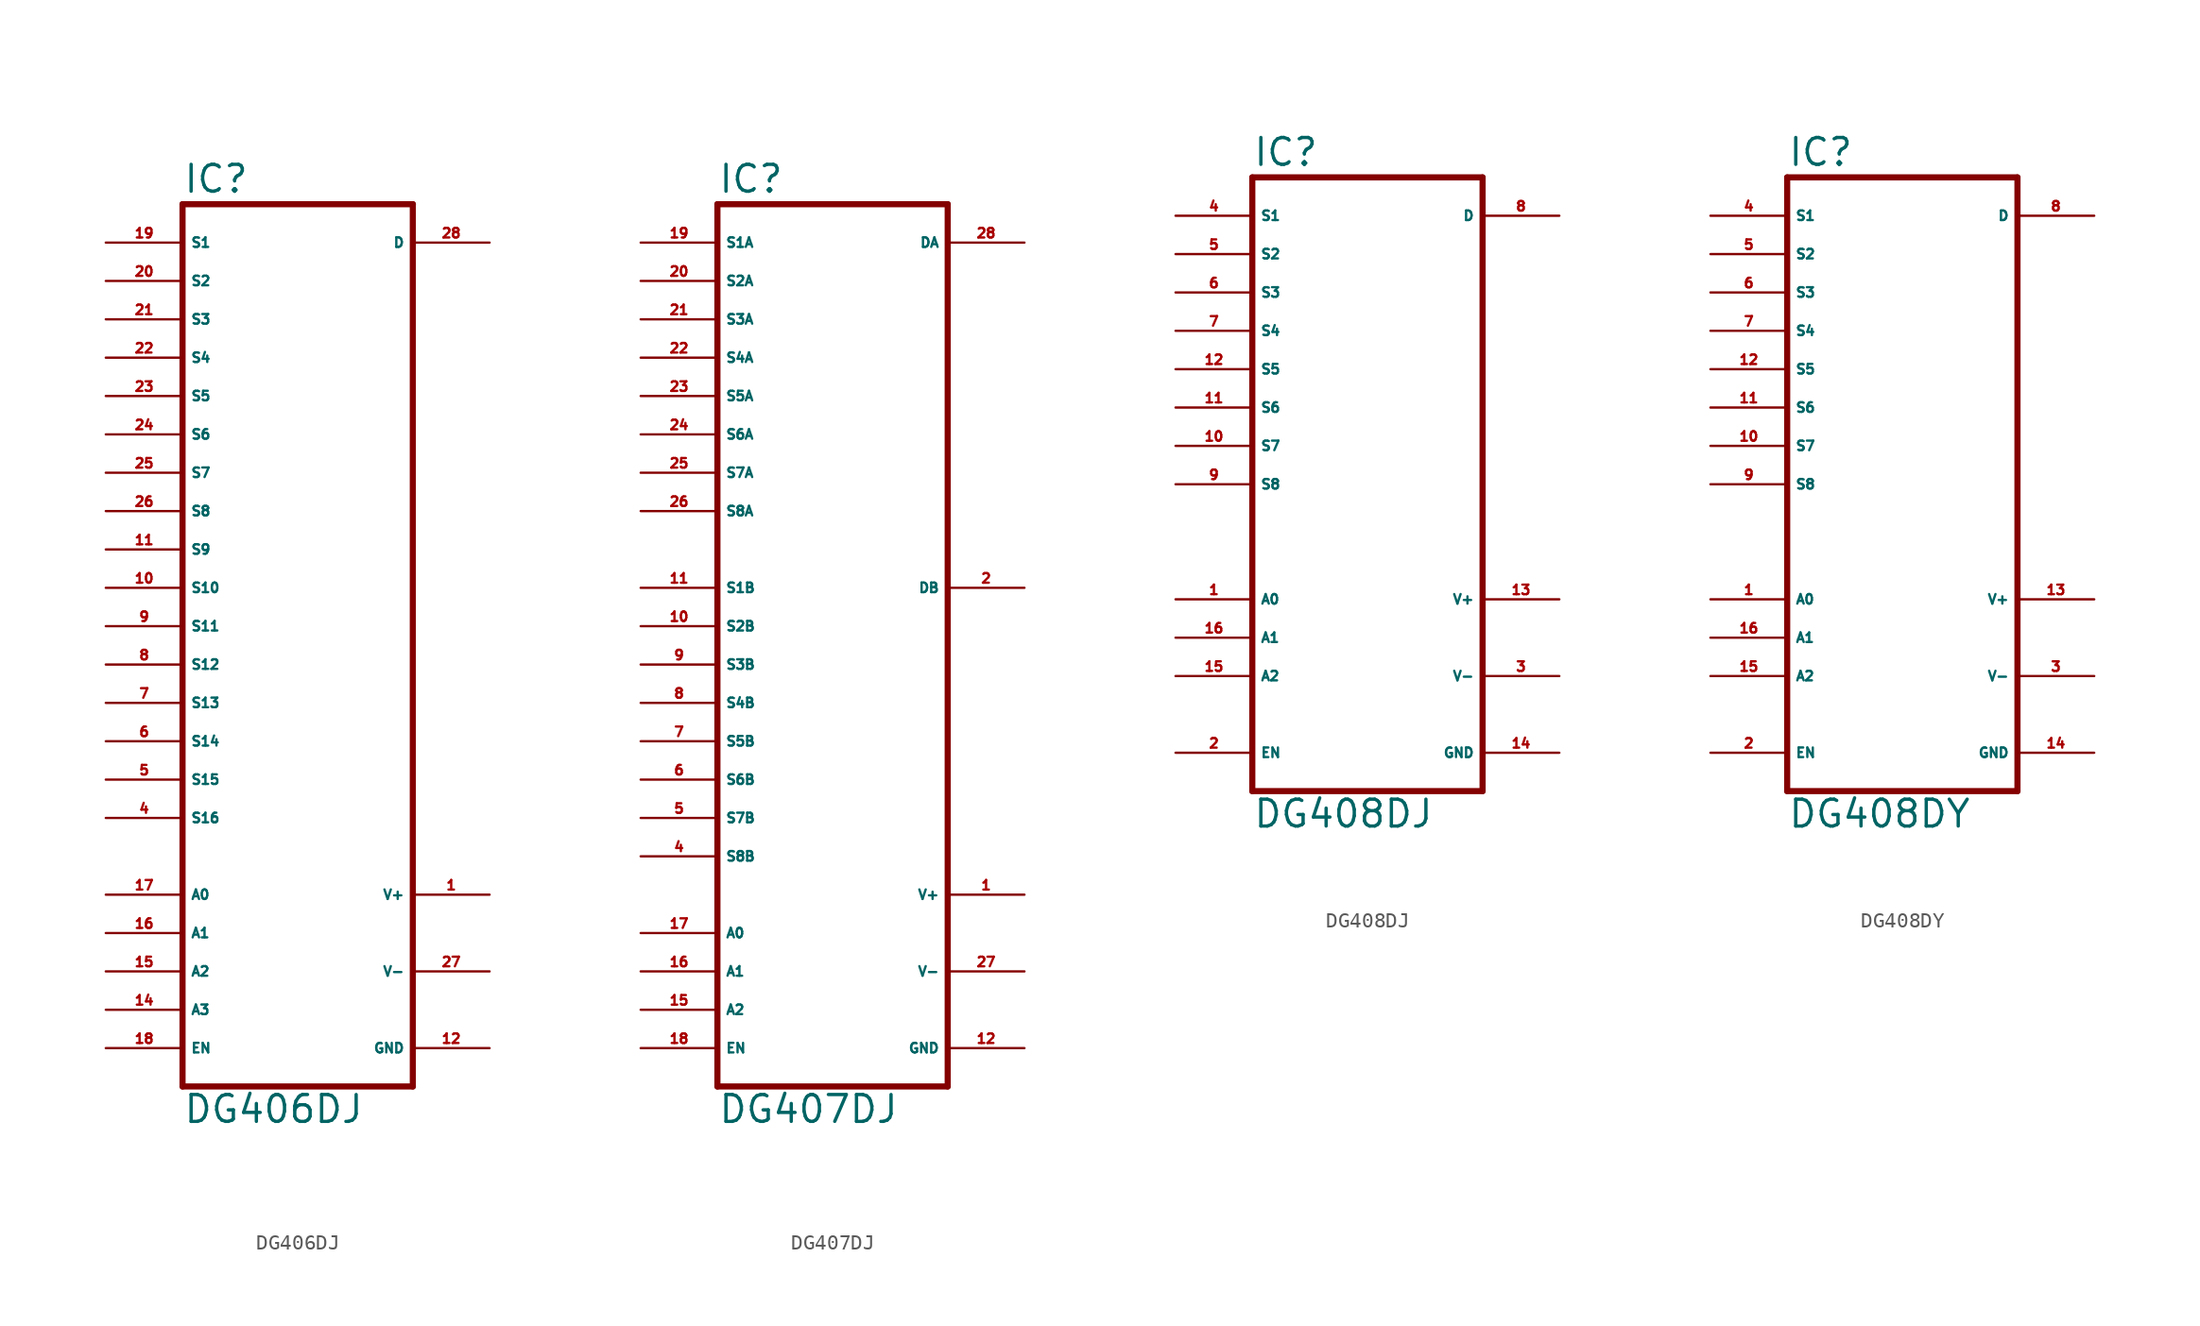
<source format=kicad_sym>
(kicad_symbol_lib
  (version 20220914)
  (generator Eagle2Kicad)
  (symbol "DG406DJ"
    (property "Reference" "IC"
      (at -7.62 31.115 0)
      (effects (font (size 1.778 1.778) (thickness 0.22)) (justify left bottom)))
    (property "Value" "DG406DJ"
      (at -7.62 -30.48 0)
      (effects (font (size 1.778 1.778) (thickness 0.22)) (justify left bottom)))
    (polyline
      (pts (xy 7.62 -27.94) (xy -7.62 -27.94))
      (stroke (width 0.406) (type default))
      (fill (type none)))
    (polyline
      (pts (xy -7.62 30.48) (xy -7.62 -27.94))
      (stroke (width 0.406) (type default))
      (fill (type none)))
    (polyline
      (pts (xy -7.62 30.48) (xy 7.62 30.48))
      (stroke (width 0.406) (type default))
      (fill (type none)))
    (polyline
      (pts (xy 7.62 -27.94) (xy 7.62 30.48))
      (stroke (width 0.406) (type default))
      (fill (type none)))
    (pin passive line
      (at -12.7 17.78 0)
      (length 5.08)
      (name "S5" (effects (font (size 0.635 0.635) (thickness 0.08)) (justify left bottom)))
      (number "23" (effects (font (size 0.635 0.635) (thickness 0.08)) (justify left bottom))))
    (pin passive line
      (at -12.7 15.24 0)
      (length 5.08)
      (name "S6" (effects (font (size 0.635 0.635) (thickness 0.08)) (justify left bottom)))
      (number "24" (effects (font (size 0.635 0.635) (thickness 0.08)) (justify left bottom))))
    (pin passive line
      (at -12.7 12.7 0)
      (length 5.08)
      (name "S7" (effects (font (size 0.635 0.635) (thickness 0.08)) (justify left bottom)))
      (number "25" (effects (font (size 0.635 0.635) (thickness 0.08)) (justify left bottom))))
    (pin passive line
      (at -12.7 10.16 0)
      (length 5.08)
      (name "S8" (effects (font (size 0.635 0.635) (thickness 0.08)) (justify left bottom)))
      (number "26" (effects (font (size 0.635 0.635) (thickness 0.08)) (justify left bottom))))
    (pin passive line
      (at -12.7 27.94 0)
      (length 5.08)
      (name "S1" (effects (font (size 0.635 0.635) (thickness 0.08)) (justify left bottom)))
      (number "19" (effects (font (size 0.635 0.635) (thickness 0.08)) (justify left bottom))))
    (pin passive line
      (at -12.7 25.4 0)
      (length 5.08)
      (name "S2" (effects (font (size 0.635 0.635) (thickness 0.08)) (justify left bottom)))
      (number "20" (effects (font (size 0.635 0.635) (thickness 0.08)) (justify left bottom))))
    (pin passive line
      (at -12.7 22.86 0)
      (length 5.08)
      (name "S3" (effects (font (size 0.635 0.635) (thickness 0.08)) (justify left bottom)))
      (number "21" (effects (font (size 0.635 0.635) (thickness 0.08)) (justify left bottom))))
    (pin passive line
      (at -12.7 20.32 0)
      (length 5.08)
      (name "S4" (effects (font (size 0.635 0.635) (thickness 0.08)) (justify left bottom)))
      (number "22" (effects (font (size 0.635 0.635) (thickness 0.08)) (justify left bottom))))
    (pin passive line
      (at 12.7 27.94 180)
      (length 5.08)
      (name "D" (effects (font (size 0.635 0.635) (thickness 0.08)) (justify left bottom)))
      (number "28" (effects (font (size 0.635 0.635) (thickness 0.08)) (justify left bottom))))
    (pin unspecified line
      (at 12.7 -25.4 180)
      (length 5.08)
      (name "GND" (effects (font (size 0.635 0.635) (thickness 0.08)) (justify left bottom)))
      (number "12" (effects (font (size 0.635 0.635) (thickness 0.08)) (justify left bottom))))
    (pin unspecified line
      (at 12.7 -20.32 180)
      (length 5.08)
      (name "V-" (effects (font (size 0.635 0.635) (thickness 0.08)) (justify left bottom)))
      (number "27" (effects (font (size 0.635 0.635) (thickness 0.08)) (justify left bottom))))
    (pin unspecified line
      (at 12.7 -15.24 180)
      (length 5.08)
      (name "V+" (effects (font (size 0.635 0.635) (thickness 0.08)) (justify left bottom)))
      (number "1" (effects (font (size 0.635 0.635) (thickness 0.08)) (justify left bottom))))
    (pin passive line
      (at -12.7 7.62 0)
      (length 5.08)
      (name "S9" (effects (font (size 0.635 0.635) (thickness 0.08)) (justify left bottom)))
      (number "11" (effects (font (size 0.635 0.635) (thickness 0.08)) (justify left bottom))))
    (pin passive line
      (at -12.7 5.08 0)
      (length 5.08)
      (name "S10" (effects (font (size 0.635 0.635) (thickness 0.08)) (justify left bottom)))
      (number "10" (effects (font (size 0.635 0.635) (thickness 0.08)) (justify left bottom))))
    (pin passive line
      (at -12.7 2.54 0)
      (length 5.08)
      (name "S11" (effects (font (size 0.635 0.635) (thickness 0.08)) (justify left bottom)))
      (number "9" (effects (font (size 0.635 0.635) (thickness 0.08)) (justify left bottom))))
    (pin passive line
      (at -12.7 0 0)
      (length 5.08)
      (name "S12" (effects (font (size 0.635 0.635) (thickness 0.08)) (justify left bottom)))
      (number "8" (effects (font (size 0.635 0.635) (thickness 0.08)) (justify left bottom))))
    (pin passive line
      (at -12.7 -2.54 0)
      (length 5.08)
      (name "S13" (effects (font (size 0.635 0.635) (thickness 0.08)) (justify left bottom)))
      (number "7" (effects (font (size 0.635 0.635) (thickness 0.08)) (justify left bottom))))
    (pin passive line
      (at -12.7 -5.08 0)
      (length 5.08)
      (name "S14" (effects (font (size 0.635 0.635) (thickness 0.08)) (justify left bottom)))
      (number "6" (effects (font (size 0.635 0.635) (thickness 0.08)) (justify left bottom))))
    (pin passive line
      (at -12.7 -7.62 0)
      (length 5.08)
      (name "S15" (effects (font (size 0.635 0.635) (thickness 0.08)) (justify left bottom)))
      (number "5" (effects (font (size 0.635 0.635) (thickness 0.08)) (justify left bottom))))
    (pin passive line
      (at -12.7 -10.16 0)
      (length 5.08)
      (name "S16" (effects (font (size 0.635 0.635) (thickness 0.08)) (justify left bottom)))
      (number "4" (effects (font (size 0.635 0.635) (thickness 0.08)) (justify left bottom))))
    (pin input line
      (at -12.7 -15.24 0)
      (length 5.08)
      (name "A0" (effects (font (size 0.635 0.635) (thickness 0.08)) (justify left bottom)))
      (number "17" (effects (font (size 0.635 0.635) (thickness 0.08)) (justify left bottom))))
    (pin input line
      (at -12.7 -17.78 0)
      (length 5.08)
      (name "A1" (effects (font (size 0.635 0.635) (thickness 0.08)) (justify left bottom)))
      (number "16" (effects (font (size 0.635 0.635) (thickness 0.08)) (justify left bottom))))
    (pin input line
      (at -12.7 -20.32 0)
      (length 5.08)
      (name "A2" (effects (font (size 0.635 0.635) (thickness 0.08)) (justify left bottom)))
      (number "15" (effects (font (size 0.635 0.635) (thickness 0.08)) (justify left bottom))))
    (pin input line
      (at -12.7 -22.86 0)
      (length 5.08)
      (name "A3" (effects (font (size 0.635 0.635) (thickness 0.08)) (justify left bottom)))
      (number "14" (effects (font (size 0.635 0.635) (thickness 0.08)) (justify left bottom))))
    (pin input line
      (at -12.7 -25.4 0)
      (length 5.08)
      (name "EN" (effects (font (size 0.635 0.635) (thickness 0.08)) (justify left bottom)))
      (number "18" (effects (font (size 0.635 0.635) (thickness 0.08)) (justify left bottom)))))
  (symbol "DG407DJ"
    (property "Reference" "IC"
      (at -7.62 31.115 0)
      (effects (font (size 1.778 1.778) (thickness 0.22)) (justify left bottom)))
    (property "Value" "DG407DJ"
      (at -7.62 -30.48 0)
      (effects (font (size 1.778 1.778) (thickness 0.22)) (justify left bottom)))
    (polyline
      (pts (xy 7.62 -27.94) (xy -7.62 -27.94))
      (stroke (width 0.406) (type default))
      (fill (type none)))
    (polyline
      (pts (xy -7.62 30.48) (xy -7.62 -27.94))
      (stroke (width 0.406) (type default))
      (fill (type none)))
    (polyline
      (pts (xy -7.62 30.48) (xy 7.62 30.48))
      (stroke (width 0.406) (type default))
      (fill (type none)))
    (polyline
      (pts (xy 7.62 -27.94) (xy 7.62 30.48))
      (stroke (width 0.406) (type default))
      (fill (type none)))
    (pin passive line
      (at -12.7 17.78 0)
      (length 5.08)
      (name "S5A" (effects (font (size 0.635 0.635) (thickness 0.08)) (justify left bottom)))
      (number "23" (effects (font (size 0.635 0.635) (thickness 0.08)) (justify left bottom))))
    (pin passive line
      (at -12.7 15.24 0)
      (length 5.08)
      (name "S6A" (effects (font (size 0.635 0.635) (thickness 0.08)) (justify left bottom)))
      (number "24" (effects (font (size 0.635 0.635) (thickness 0.08)) (justify left bottom))))
    (pin passive line
      (at -12.7 12.7 0)
      (length 5.08)
      (name "S7A" (effects (font (size 0.635 0.635) (thickness 0.08)) (justify left bottom)))
      (number "25" (effects (font (size 0.635 0.635) (thickness 0.08)) (justify left bottom))))
    (pin passive line
      (at -12.7 10.16 0)
      (length 5.08)
      (name "S8A" (effects (font (size 0.635 0.635) (thickness 0.08)) (justify left bottom)))
      (number "26" (effects (font (size 0.635 0.635) (thickness 0.08)) (justify left bottom))))
    (pin passive line
      (at -12.7 27.94 0)
      (length 5.08)
      (name "S1A" (effects (font (size 0.635 0.635) (thickness 0.08)) (justify left bottom)))
      (number "19" (effects (font (size 0.635 0.635) (thickness 0.08)) (justify left bottom))))
    (pin passive line
      (at -12.7 25.4 0)
      (length 5.08)
      (name "S2A" (effects (font (size 0.635 0.635) (thickness 0.08)) (justify left bottom)))
      (number "20" (effects (font (size 0.635 0.635) (thickness 0.08)) (justify left bottom))))
    (pin passive line
      (at -12.7 22.86 0)
      (length 5.08)
      (name "S3A" (effects (font (size 0.635 0.635) (thickness 0.08)) (justify left bottom)))
      (number "21" (effects (font (size 0.635 0.635) (thickness 0.08)) (justify left bottom))))
    (pin passive line
      (at -12.7 20.32 0)
      (length 5.08)
      (name "S4A" (effects (font (size 0.635 0.635) (thickness 0.08)) (justify left bottom)))
      (number "22" (effects (font (size 0.635 0.635) (thickness 0.08)) (justify left bottom))))
    (pin passive line
      (at 12.7 27.94 180)
      (length 5.08)
      (name "DA" (effects (font (size 0.635 0.635) (thickness 0.08)) (justify left bottom)))
      (number "28" (effects (font (size 0.635 0.635) (thickness 0.08)) (justify left bottom))))
    (pin unspecified line
      (at 12.7 -25.4 180)
      (length 5.08)
      (name "GND" (effects (font (size 0.635 0.635) (thickness 0.08)) (justify left bottom)))
      (number "12" (effects (font (size 0.635 0.635) (thickness 0.08)) (justify left bottom))))
    (pin unspecified line
      (at 12.7 -20.32 180)
      (length 5.08)
      (name "V-" (effects (font (size 0.635 0.635) (thickness 0.08)) (justify left bottom)))
      (number "27" (effects (font (size 0.635 0.635) (thickness 0.08)) (justify left bottom))))
    (pin unspecified line
      (at 12.7 -15.24 180)
      (length 5.08)
      (name "V+" (effects (font (size 0.635 0.635) (thickness 0.08)) (justify left bottom)))
      (number "1" (effects (font (size 0.635 0.635) (thickness 0.08)) (justify left bottom))))
    (pin passive line
      (at -12.7 5.08 0)
      (length 5.08)
      (name "S1B" (effects (font (size 0.635 0.635) (thickness 0.08)) (justify left bottom)))
      (number "11" (effects (font (size 0.635 0.635) (thickness 0.08)) (justify left bottom))))
    (pin passive line
      (at -12.7 2.54 0)
      (length 5.08)
      (name "S2B" (effects (font (size 0.635 0.635) (thickness 0.08)) (justify left bottom)))
      (number "10" (effects (font (size 0.635 0.635) (thickness 0.08)) (justify left bottom))))
    (pin passive line
      (at -12.7 0 0)
      (length 5.08)
      (name "S3B" (effects (font (size 0.635 0.635) (thickness 0.08)) (justify left bottom)))
      (number "9" (effects (font (size 0.635 0.635) (thickness 0.08)) (justify left bottom))))
    (pin passive line
      (at -12.7 -2.54 0)
      (length 5.08)
      (name "S4B" (effects (font (size 0.635 0.635) (thickness 0.08)) (justify left bottom)))
      (number "8" (effects (font (size 0.635 0.635) (thickness 0.08)) (justify left bottom))))
    (pin passive line
      (at -12.7 -5.08 0)
      (length 5.08)
      (name "S5B" (effects (font (size 0.635 0.635) (thickness 0.08)) (justify left bottom)))
      (number "7" (effects (font (size 0.635 0.635) (thickness 0.08)) (justify left bottom))))
    (pin passive line
      (at -12.7 -7.62 0)
      (length 5.08)
      (name "S6B" (effects (font (size 0.635 0.635) (thickness 0.08)) (justify left bottom)))
      (number "6" (effects (font (size 0.635 0.635) (thickness 0.08)) (justify left bottom))))
    (pin passive line
      (at -12.7 -10.16 0)
      (length 5.08)
      (name "S7B" (effects (font (size 0.635 0.635) (thickness 0.08)) (justify left bottom)))
      (number "5" (effects (font (size 0.635 0.635) (thickness 0.08)) (justify left bottom))))
    (pin passive line
      (at -12.7 -12.7 0)
      (length 5.08)
      (name "S8B" (effects (font (size 0.635 0.635) (thickness 0.08)) (justify left bottom)))
      (number "4" (effects (font (size 0.635 0.635) (thickness 0.08)) (justify left bottom))))
    (pin input line
      (at -12.7 -17.78 0)
      (length 5.08)
      (name "A0" (effects (font (size 0.635 0.635) (thickness 0.08)) (justify left bottom)))
      (number "17" (effects (font (size 0.635 0.635) (thickness 0.08)) (justify left bottom))))
    (pin input line
      (at -12.7 -20.32 0)
      (length 5.08)
      (name "A1" (effects (font (size 0.635 0.635) (thickness 0.08)) (justify left bottom)))
      (number "16" (effects (font (size 0.635 0.635) (thickness 0.08)) (justify left bottom))))
    (pin input line
      (at -12.7 -22.86 0)
      (length 5.08)
      (name "A2" (effects (font (size 0.635 0.635) (thickness 0.08)) (justify left bottom)))
      (number "15" (effects (font (size 0.635 0.635) (thickness 0.08)) (justify left bottom))))
    (pin input line
      (at -12.7 -25.4 0)
      (length 5.08)
      (name "EN" (effects (font (size 0.635 0.635) (thickness 0.08)) (justify left bottom)))
      (number "18" (effects (font (size 0.635 0.635) (thickness 0.08)) (justify left bottom))))
    (pin passive line
      (at 12.7 5.08 180)
      (length 5.08)
      (name "DB" (effects (font (size 0.635 0.635) (thickness 0.08)) (justify left bottom)))
      (number "2" (effects (font (size 0.635 0.635) (thickness 0.08)) (justify left bottom)))))
  (symbol "DG408DJ"
    (property "Reference" "IC"
      (at -7.62 20.955 0)
      (effects (font (size 1.778 1.778) (thickness 0.22)) (justify left bottom)))
    (property "Value" "DG408DJ"
      (at -7.62 -22.86 0)
      (effects (font (size 1.778 1.778) (thickness 0.22)) (justify left bottom)))
    (polyline
      (pts (xy 7.62 -20.32) (xy -7.62 -20.32))
      (stroke (width 0.406) (type default))
      (fill (type none)))
    (polyline
      (pts (xy -7.62 20.32) (xy -7.62 -20.32))
      (stroke (width 0.406) (type default))
      (fill (type none)))
    (polyline
      (pts (xy -7.62 20.32) (xy 7.62 20.32))
      (stroke (width 0.406) (type default))
      (fill (type none)))
    (polyline
      (pts (xy 7.62 -20.32) (xy 7.62 20.32))
      (stroke (width 0.406) (type default))
      (fill (type none)))
    (pin passive line
      (at -12.7 7.62 0)
      (length 5.08)
      (name "S5" (effects (font (size 0.635 0.635) (thickness 0.08)) (justify left bottom)))
      (number "12" (effects (font (size 0.635 0.635) (thickness 0.08)) (justify left bottom))))
    (pin passive line
      (at -12.7 5.08 0)
      (length 5.08)
      (name "S6" (effects (font (size 0.635 0.635) (thickness 0.08)) (justify left bottom)))
      (number "11" (effects (font (size 0.635 0.635) (thickness 0.08)) (justify left bottom))))
    (pin passive line
      (at -12.7 2.54 0)
      (length 5.08)
      (name "S7" (effects (font (size 0.635 0.635) (thickness 0.08)) (justify left bottom)))
      (number "10" (effects (font (size 0.635 0.635) (thickness 0.08)) (justify left bottom))))
    (pin passive line
      (at -12.7 0 0)
      (length 5.08)
      (name "S8" (effects (font (size 0.635 0.635) (thickness 0.08)) (justify left bottom)))
      (number "9" (effects (font (size 0.635 0.635) (thickness 0.08)) (justify left bottom))))
    (pin passive line
      (at -12.7 17.78 0)
      (length 5.08)
      (name "S1" (effects (font (size 0.635 0.635) (thickness 0.08)) (justify left bottom)))
      (number "4" (effects (font (size 0.635 0.635) (thickness 0.08)) (justify left bottom))))
    (pin passive line
      (at -12.7 15.24 0)
      (length 5.08)
      (name "S2" (effects (font (size 0.635 0.635) (thickness 0.08)) (justify left bottom)))
      (number "5" (effects (font (size 0.635 0.635) (thickness 0.08)) (justify left bottom))))
    (pin passive line
      (at -12.7 12.7 0)
      (length 5.08)
      (name "S3" (effects (font (size 0.635 0.635) (thickness 0.08)) (justify left bottom)))
      (number "6" (effects (font (size 0.635 0.635) (thickness 0.08)) (justify left bottom))))
    (pin passive line
      (at -12.7 10.16 0)
      (length 5.08)
      (name "S4" (effects (font (size 0.635 0.635) (thickness 0.08)) (justify left bottom)))
      (number "7" (effects (font (size 0.635 0.635) (thickness 0.08)) (justify left bottom))))
    (pin passive line
      (at 12.7 17.78 180)
      (length 5.08)
      (name "D" (effects (font (size 0.635 0.635) (thickness 0.08)) (justify left bottom)))
      (number "8" (effects (font (size 0.635 0.635) (thickness 0.08)) (justify left bottom))))
    (pin unspecified line
      (at 12.7 -17.78 180)
      (length 5.08)
      (name "GND" (effects (font (size 0.635 0.635) (thickness 0.08)) (justify left bottom)))
      (number "14" (effects (font (size 0.635 0.635) (thickness 0.08)) (justify left bottom))))
    (pin unspecified line
      (at 12.7 -12.7 180)
      (length 5.08)
      (name "V-" (effects (font (size 0.635 0.635) (thickness 0.08)) (justify left bottom)))
      (number "3" (effects (font (size 0.635 0.635) (thickness 0.08)) (justify left bottom))))
    (pin unspecified line
      (at 12.7 -7.62 180)
      (length 5.08)
      (name "V+" (effects (font (size 0.635 0.635) (thickness 0.08)) (justify left bottom)))
      (number "13" (effects (font (size 0.635 0.635) (thickness 0.08)) (justify left bottom))))
    (pin input line
      (at -12.7 -7.62 0)
      (length 5.08)
      (name "A0" (effects (font (size 0.635 0.635) (thickness 0.08)) (justify left bottom)))
      (number "1" (effects (font (size 0.635 0.635) (thickness 0.08)) (justify left bottom))))
    (pin input line
      (at -12.7 -10.16 0)
      (length 5.08)
      (name "A1" (effects (font (size 0.635 0.635) (thickness 0.08)) (justify left bottom)))
      (number "16" (effects (font (size 0.635 0.635) (thickness 0.08)) (justify left bottom))))
    (pin input line
      (at -12.7 -12.7 0)
      (length 5.08)
      (name "A2" (effects (font (size 0.635 0.635) (thickness 0.08)) (justify left bottom)))
      (number "15" (effects (font (size 0.635 0.635) (thickness 0.08)) (justify left bottom))))
    (pin input line
      (at -12.7 -17.78 0)
      (length 5.08)
      (name "EN" (effects (font (size 0.635 0.635) (thickness 0.08)) (justify left bottom)))
      (number "2" (effects (font (size 0.635 0.635) (thickness 0.08)) (justify left bottom)))))
  (symbol "DG408DY"
    (property "Reference" "IC"
      (at -7.62 20.955 0)
      (effects (font (size 1.778 1.778) (thickness 0.22)) (justify left bottom)))
    (property "Value" "DG408DY"
      (at -7.62 -22.86 0)
      (effects (font (size 1.778 1.778) (thickness 0.22)) (justify left bottom)))
    (polyline
      (pts (xy 7.62 -20.32) (xy -7.62 -20.32))
      (stroke (width 0.406) (type default))
      (fill (type none)))
    (polyline
      (pts (xy -7.62 20.32) (xy -7.62 -20.32))
      (stroke (width 0.406) (type default))
      (fill (type none)))
    (polyline
      (pts (xy -7.62 20.32) (xy 7.62 20.32))
      (stroke (width 0.406) (type default))
      (fill (type none)))
    (polyline
      (pts (xy 7.62 -20.32) (xy 7.62 20.32))
      (stroke (width 0.406) (type default))
      (fill (type none)))
    (pin passive line
      (at -12.7 7.62 0)
      (length 5.08)
      (name "S5" (effects (font (size 0.635 0.635) (thickness 0.08)) (justify left bottom)))
      (number "12" (effects (font (size 0.635 0.635) (thickness 0.08)) (justify left bottom))))
    (pin passive line
      (at -12.7 5.08 0)
      (length 5.08)
      (name "S6" (effects (font (size 0.635 0.635) (thickness 0.08)) (justify left bottom)))
      (number "11" (effects (font (size 0.635 0.635) (thickness 0.08)) (justify left bottom))))
    (pin passive line
      (at -12.7 2.54 0)
      (length 5.08)
      (name "S7" (effects (font (size 0.635 0.635) (thickness 0.08)) (justify left bottom)))
      (number "10" (effects (font (size 0.635 0.635) (thickness 0.08)) (justify left bottom))))
    (pin passive line
      (at -12.7 0 0)
      (length 5.08)
      (name "S8" (effects (font (size 0.635 0.635) (thickness 0.08)) (justify left bottom)))
      (number "9" (effects (font (size 0.635 0.635) (thickness 0.08)) (justify left bottom))))
    (pin passive line
      (at -12.7 17.78 0)
      (length 5.08)
      (name "S1" (effects (font (size 0.635 0.635) (thickness 0.08)) (justify left bottom)))
      (number "4" (effects (font (size 0.635 0.635) (thickness 0.08)) (justify left bottom))))
    (pin passive line
      (at -12.7 15.24 0)
      (length 5.08)
      (name "S2" (effects (font (size 0.635 0.635) (thickness 0.08)) (justify left bottom)))
      (number "5" (effects (font (size 0.635 0.635) (thickness 0.08)) (justify left bottom))))
    (pin passive line
      (at -12.7 12.7 0)
      (length 5.08)
      (name "S3" (effects (font (size 0.635 0.635) (thickness 0.08)) (justify left bottom)))
      (number "6" (effects (font (size 0.635 0.635) (thickness 0.08)) (justify left bottom))))
    (pin passive line
      (at -12.7 10.16 0)
      (length 5.08)
      (name "S4" (effects (font (size 0.635 0.635) (thickness 0.08)) (justify left bottom)))
      (number "7" (effects (font (size 0.635 0.635) (thickness 0.08)) (justify left bottom))))
    (pin passive line
      (at 12.7 17.78 180)
      (length 5.08)
      (name "D" (effects (font (size 0.635 0.635) (thickness 0.08)) (justify left bottom)))
      (number "8" (effects (font (size 0.635 0.635) (thickness 0.08)) (justify left bottom))))
    (pin unspecified line
      (at 12.7 -17.78 180)
      (length 5.08)
      (name "GND" (effects (font (size 0.635 0.635) (thickness 0.08)) (justify left bottom)))
      (number "14" (effects (font (size 0.635 0.635) (thickness 0.08)) (justify left bottom))))
    (pin unspecified line
      (at 12.7 -12.7 180)
      (length 5.08)
      (name "V-" (effects (font (size 0.635 0.635) (thickness 0.08)) (justify left bottom)))
      (number "3" (effects (font (size 0.635 0.635) (thickness 0.08)) (justify left bottom))))
    (pin unspecified line
      (at 12.7 -7.62 180)
      (length 5.08)
      (name "V+" (effects (font (size 0.635 0.635) (thickness 0.08)) (justify left bottom)))
      (number "13" (effects (font (size 0.635 0.635) (thickness 0.08)) (justify left bottom))))
    (pin input line
      (at -12.7 -7.62 0)
      (length 5.08)
      (name "A0" (effects (font (size 0.635 0.635) (thickness 0.08)) (justify left bottom)))
      (number "1" (effects (font (size 0.635 0.635) (thickness 0.08)) (justify left bottom))))
    (pin input line
      (at -12.7 -10.16 0)
      (length 5.08)
      (name "A1" (effects (font (size 0.635 0.635) (thickness 0.08)) (justify left bottom)))
      (number "16" (effects (font (size 0.635 0.635) (thickness 0.08)) (justify left bottom))))
    (pin input line
      (at -12.7 -12.7 0)
      (length 5.08)
      (name "A2" (effects (font (size 0.635 0.635) (thickness 0.08)) (justify left bottom)))
      (number "15" (effects (font (size 0.635 0.635) (thickness 0.08)) (justify left bottom))))
    (pin input line
      (at -12.7 -17.78 0)
      (length 5.08)
      (name "EN" (effects (font (size 0.635 0.635) (thickness 0.08)) (justify left bottom)))
      (number "2" (effects (font (size 0.635 0.635) (thickness 0.08)) (justify left bottom))))))
</source>
